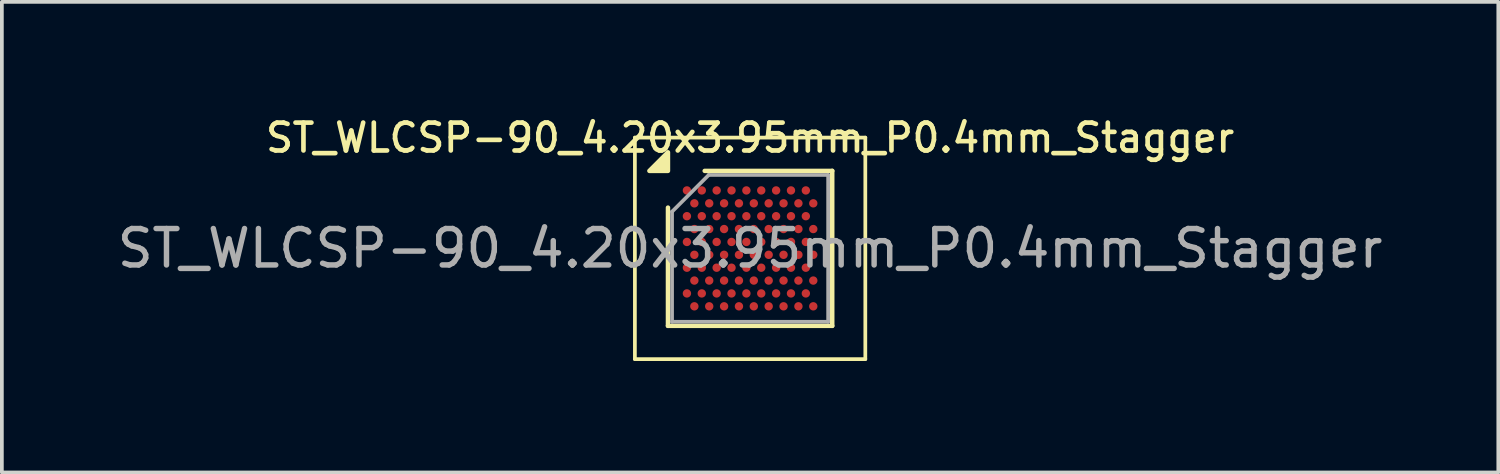
<source format=kicad_pcb>
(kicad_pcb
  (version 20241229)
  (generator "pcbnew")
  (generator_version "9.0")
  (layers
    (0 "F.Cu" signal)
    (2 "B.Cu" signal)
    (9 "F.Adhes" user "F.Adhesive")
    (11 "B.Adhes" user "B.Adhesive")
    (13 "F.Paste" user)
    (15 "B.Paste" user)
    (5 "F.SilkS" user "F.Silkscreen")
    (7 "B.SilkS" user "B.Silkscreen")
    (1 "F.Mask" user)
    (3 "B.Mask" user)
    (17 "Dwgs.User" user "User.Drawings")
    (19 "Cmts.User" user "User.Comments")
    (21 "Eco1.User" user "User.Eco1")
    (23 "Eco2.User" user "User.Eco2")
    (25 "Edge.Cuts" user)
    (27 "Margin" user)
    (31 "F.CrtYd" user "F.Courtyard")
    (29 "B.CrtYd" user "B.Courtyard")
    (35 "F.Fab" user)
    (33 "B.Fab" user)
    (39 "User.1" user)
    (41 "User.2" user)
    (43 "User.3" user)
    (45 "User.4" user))
  (footprint "ST_WLCSP-90_4.20x3.95mm_P0.4mm_Stagger"
    (layer "F.Cu")
    (at 17.133 3.633)
    (property "Reference" "ST_WLCSP-90_4.20x3.95mm_P0.4mm_Stagger" (at 0 -2.975 0) (layer "F.SilkS") (effects (font (size 0.75 0.75) (thickness 0.125))))
    (attr smd)
    (fp_line (start -3.1 -2.98) (end -3.1 2.98) (stroke (width 0.1) (type solid)) (layer "F.SilkS"))
    (fp_line (start -3.1 2.98) (end 3.1 2.98) (stroke (width 0.1) (type solid)) (layer "F.SilkS"))
    (fp_line (start -2.21 2.085) (end -2.21 -1.097) (stroke (width 0.12) (type solid)) (layer "F.SilkS"))
    (fp_line (start -1.222 -2.085) (end 2.21 -2.085) (stroke (width 0.12) (type solid)) (layer "F.SilkS"))
    (fp_line (start 2.21 -2.085) (end 2.21 2.085) (stroke (width 0.12) (type solid)) (layer "F.SilkS"))
    (fp_line (start 2.21 2.085) (end -2.21 2.085) (stroke (width 0.12) (type solid)) (layer "F.SilkS"))
    (fp_line (start 3.1 -2.98) (end -3.1 -2.98) (stroke (width 0.1) (type solid)) (layer "F.SilkS"))
    (fp_line (start 3.1 2.98) (end 3.1 -2.98) (stroke (width 0.1) (type solid)) (layer "F.SilkS"))
    (fp_poly (pts (xy -2.21 -2.085) (xy -2.71 -2.085) (xy -2.21 -2.585) (xy -2.21 -2.085)) (stroke (width 0.12) (type solid)) (fill yes) (layer "F.SilkS"))
    (fp_line (start -2.1 -0.988) (end -1.113 -1.975) (stroke (width 0.1) (type solid)) (layer "F.Fab"))
    (fp_line (start -2.1 1.975) (end -2.1 -0.988) (stroke (width 0.1) (type solid)) (layer "F.Fab"))
    (fp_line (start -1.113 -1.975) (end 2.1 -1.975) (stroke (width 0.1) (type solid)) (layer "F.Fab"))
    (fp_line (start 2.1 -1.975) (end 2.1 1.975) (stroke (width 0.1) (type solid)) (layer "F.Fab"))
    (fp_line (start 2.1 1.975) (end -2.1 1.975) (stroke (width 0.1) (type solid)) (layer "F.Fab"))
    (fp_text user "${REFERENCE}" (at 0 0 0) (layer "F.Fab") (effects (font (size 0.98 0.98) (thickness 0.147))))
    (pad "A1" smd circle (at -1.7 -1.559) (size 0.225 0.225) (property pad_prop_bga) (layers "F.Cu" "F.Mask" "F.Paste"))
    (pad "A3" smd circle (at -1.3 -1.559) (size 0.225 0.225) (property pad_prop_bga) (layers "F.Cu" "F.Mask" "F.Paste"))
    (pad "A5" smd circle (at -0.9 -1.559) (size 0.225 0.225) (property pad_prop_bga) (layers "F.Cu" "F.Mask" "F.Paste"))
    (pad "A7" smd circle (at -0.5 -1.559) (size 0.225 0.225) (property pad_prop_bga) (layers "F.Cu" "F.Mask" "F.Paste"))
    (pad "A9" smd circle (at -0.1 -1.559) (size 0.225 0.225) (property pad_prop_bga) (layers "F.Cu" "F.Mask" "F.Paste"))
    (pad "A11" smd circle (at 0.3 -1.559) (size 0.225 0.225) (property pad_prop_bga) (layers "F.Cu" "F.Mask" "F.Paste"))
    (pad "A13" smd circle (at 0.7 -1.559) (size 0.225 0.225) (property pad_prop_bga) (layers "F.Cu" "F.Mask" "F.Paste"))
    (pad "A15" smd circle (at 1.1 -1.559) (size 0.225 0.225) (property pad_prop_bga) (layers "F.Cu" "F.Mask" "F.Paste"))
    (pad "A17" smd circle (at 1.5 -1.559) (size 0.225 0.225) (property pad_prop_bga) (layers "F.Cu" "F.Mask" "F.Paste"))
    (pad "B2" smd circle (at -1.5 -1.212) (size 0.225 0.225) (property pad_prop_bga) (layers "F.Cu" "F.Mask" "F.Paste"))
    (pad "B4" smd circle (at -1.1 -1.212) (size 0.225 0.225) (property pad_prop_bga) (layers "F.Cu" "F.Mask" "F.Paste"))
    (pad "B6" smd circle (at -0.7 -1.212) (size 0.225 0.225) (property pad_prop_bga) (layers "F.Cu" "F.Mask" "F.Paste"))
    (pad "B8" smd circle (at -0.3 -1.212) (size 0.225 0.225) (property pad_prop_bga) (layers "F.Cu" "F.Mask" "F.Paste"))
    (pad "B10" smd circle (at 0.1 -1.212) (size 0.225 0.225) (property pad_prop_bga) (layers "F.Cu" "F.Mask" "F.Paste"))
    (pad "B12" smd circle (at 0.5 -1.212) (size 0.225 0.225) (property pad_prop_bga) (layers "F.Cu" "F.Mask" "F.Paste"))
    (pad "B14" smd circle (at 0.9 -1.212) (size 0.225 0.225) (property pad_prop_bga) (layers "F.Cu" "F.Mask" "F.Paste"))
    (pad "B16" smd circle (at 1.3 -1.212) (size 0.225 0.225) (property pad_prop_bga) (layers "F.Cu" "F.Mask" "F.Paste"))
    (pad "B18" smd circle (at 1.7 -1.212) (size 0.225 0.225) (property pad_prop_bga) (layers "F.Cu" "F.Mask" "F.Paste"))
    (pad "C1" smd circle (at -1.7 -0.866) (size 0.225 0.225) (property pad_prop_bga) (layers "F.Cu" "F.Mask" "F.Paste"))
    (pad "C3" smd circle (at -1.3 -0.866) (size 0.225 0.225) (property pad_prop_bga) (layers "F.Cu" "F.Mask" "F.Paste"))
    (pad "C5" smd circle (at -0.9 -0.866) (size 0.225 0.225) (property pad_prop_bga) (layers "F.Cu" "F.Mask" "F.Paste"))
    (pad "C7" smd circle (at -0.5 -0.866) (size 0.225 0.225) (property pad_prop_bga) (layers "F.Cu" "F.Mask" "F.Paste"))
    (pad "C9" smd circle (at -0.1 -0.866) (size 0.225 0.225) (property pad_prop_bga) (layers "F.Cu" "F.Mask" "F.Paste"))
    (pad "C11" smd circle (at 0.3 -0.866) (size 0.225 0.225) (property pad_prop_bga) (layers "F.Cu" "F.Mask" "F.Paste"))
    (pad "C13" smd circle (at 0.7 -0.866) (size 0.225 0.225) (property pad_prop_bga) (layers "F.Cu" "F.Mask" "F.Paste"))
    (pad "C15" smd circle (at 1.1 -0.866) (size 0.225 0.225) (property pad_prop_bga) (layers "F.Cu" "F.Mask" "F.Paste"))
    (pad "C17" smd circle (at 1.5 -0.866) (size 0.225 0.225) (property pad_prop_bga) (layers "F.Cu" "F.Mask" "F.Paste"))
    (pad "D2" smd circle (at -1.5 -0.52) (size 0.225 0.225) (property pad_prop_bga) (layers "F.Cu" "F.Mask" "F.Paste"))
    (pad "D4" smd circle (at -1.1 -0.52) (size 0.225 0.225) (property pad_prop_bga) (layers "F.Cu" "F.Mask" "F.Paste"))
    (pad "D6" smd circle (at -0.7 -0.52) (size 0.225 0.225) (property pad_prop_bga) (layers "F.Cu" "F.Mask" "F.Paste"))
    (pad "D8" smd circle (at -0.3 -0.52) (size 0.225 0.225) (property pad_prop_bga) (layers "F.Cu" "F.Mask" "F.Paste"))
    (pad "D10" smd circle (at 0.1 -0.52) (size 0.225 0.225) (property pad_prop_bga) (layers "F.Cu" "F.Mask" "F.Paste"))
    (pad "D12" smd circle (at 0.5 -0.52) (size 0.225 0.225) (property pad_prop_bga) (layers "F.Cu" "F.Mask" "F.Paste"))
    (pad "D14" smd circle (at 0.9 -0.52) (size 0.225 0.225) (property pad_prop_bga) (layers "F.Cu" "F.Mask" "F.Paste"))
    (pad "D16" smd circle (at 1.3 -0.52) (size 0.225 0.225) (property pad_prop_bga) (layers "F.Cu" "F.Mask" "F.Paste"))
    (pad "D18" smd circle (at 1.7 -0.52) (size 0.225 0.225) (property pad_prop_bga) (layers "F.Cu" "F.Mask" "F.Paste"))
    (pad "E1" smd circle (at -1.7 -0.173) (size 0.225 0.225) (property pad_prop_bga) (layers "F.Cu" "F.Mask" "F.Paste"))
    (pad "E3" smd circle (at -1.3 -0.173) (size 0.225 0.225) (property pad_prop_bga) (layers "F.Cu" "F.Mask" "F.Paste"))
    (pad "E5" smd circle (at -0.9 -0.173) (size 0.225 0.225) (property pad_prop_bga) (layers "F.Cu" "F.Mask" "F.Paste"))
    (pad "E7" smd circle (at -0.5 -0.173) (size 0.225 0.225) (property pad_prop_bga) (layers "F.Cu" "F.Mask" "F.Paste"))
    (pad "E9" smd circle (at -0.1 -0.173) (size 0.225 0.225) (property pad_prop_bga) (layers "F.Cu" "F.Mask" "F.Paste"))
    (pad "E11" smd circle (at 0.3 -0.173) (size 0.225 0.225) (property pad_prop_bga) (layers "F.Cu" "F.Mask" "F.Paste"))
    (pad "E13" smd circle (at 0.7 -0.173) (size 0.225 0.225) (property pad_prop_bga) (layers "F.Cu" "F.Mask" "F.Paste"))
    (pad "E15" smd circle (at 1.1 -0.173) (size 0.225 0.225) (property pad_prop_bga) (layers "F.Cu" "F.Mask" "F.Paste"))
    (pad "E17" smd circle (at 1.5 -0.173) (size 0.225 0.225) (property pad_prop_bga) (layers "F.Cu" "F.Mask" "F.Paste"))
    (pad "F2" smd circle (at -1.5 0.173) (size 0.225 0.225) (property pad_prop_bga) (layers "F.Cu" "F.Mask" "F.Paste"))
    (pad "F4" smd circle (at -1.1 0.173) (size 0.225 0.225) (property pad_prop_bga) (layers "F.Cu" "F.Mask" "F.Paste"))
    (pad "F6" smd circle (at -0.7 0.173) (size 0.225 0.225) (property pad_prop_bga) (layers "F.Cu" "F.Mask" "F.Paste"))
    (pad "F8" smd circle (at -0.3 0.173) (size 0.225 0.225) (property pad_prop_bga) (layers "F.Cu" "F.Mask" "F.Paste"))
    (pad "F10" smd circle (at 0.1 0.173) (size 0.225 0.225) (property pad_prop_bga) (layers "F.Cu" "F.Mask" "F.Paste"))
    (pad "F12" smd circle (at 0.5 0.173) (size 0.225 0.225) (property pad_prop_bga) (layers "F.Cu" "F.Mask" "F.Paste"))
    (pad "F14" smd circle (at 0.9 0.173) (size 0.225 0.225) (property pad_prop_bga) (layers "F.Cu" "F.Mask" "F.Paste"))
    (pad "F16" smd circle (at 1.3 0.173) (size 0.225 0.225) (property pad_prop_bga) (layers "F.Cu" "F.Mask" "F.Paste"))
    (pad "F18" smd circle (at 1.7 0.173) (size 0.225 0.225) (property pad_prop_bga) (layers "F.Cu" "F.Mask" "F.Paste"))
    (pad "G1" smd circle (at -1.7 0.52) (size 0.225 0.225) (property pad_prop_bga) (layers "F.Cu" "F.Mask" "F.Paste"))
    (pad "G3" smd circle (at -1.3 0.52) (size 0.225 0.225) (property pad_prop_bga) (layers "F.Cu" "F.Mask" "F.Paste"))
    (pad "G5" smd circle (at -0.9 0.52) (size 0.225 0.225) (property pad_prop_bga) (layers "F.Cu" "F.Mask" "F.Paste"))
    (pad "G7" smd circle (at -0.5 0.52) (size 0.225 0.225) (property pad_prop_bga) (layers "F.Cu" "F.Mask" "F.Paste"))
    (pad "G9" smd circle (at -0.1 0.52) (size 0.225 0.225) (property pad_prop_bga) (layers "F.Cu" "F.Mask" "F.Paste"))
    (pad "G11" smd circle (at 0.3 0.52) (size 0.225 0.225) (property pad_prop_bga) (layers "F.Cu" "F.Mask" "F.Paste"))
    (pad "G13" smd circle (at 0.7 0.52) (size 0.225 0.225) (property pad_prop_bga) (layers "F.Cu" "F.Mask" "F.Paste"))
    (pad "G15" smd circle (at 1.1 0.52) (size 0.225 0.225) (property pad_prop_bga) (layers "F.Cu" "F.Mask" "F.Paste"))
    (pad "G17" smd circle (at 1.5 0.52) (size 0.225 0.225) (property pad_prop_bga) (layers "F.Cu" "F.Mask" "F.Paste"))
    (pad "H2" smd circle (at -1.5 0.866) (size 0.225 0.225) (property pad_prop_bga) (layers "F.Cu" "F.Mask" "F.Paste"))
    (pad "H4" smd circle (at -1.1 0.866) (size 0.225 0.225) (property pad_prop_bga) (layers "F.Cu" "F.Mask" "F.Paste"))
    (pad "H6" smd circle (at -0.7 0.866) (size 0.225 0.225) (property pad_prop_bga) (layers "F.Cu" "F.Mask" "F.Paste"))
    (pad "H8" smd circle (at -0.3 0.866) (size 0.225 0.225) (property pad_prop_bga) (layers "F.Cu" "F.Mask" "F.Paste"))
    (pad "H10" smd circle (at 0.1 0.866) (size 0.225 0.225) (property pad_prop_bga) (layers "F.Cu" "F.Mask" "F.Paste"))
    (pad "H12" smd circle (at 0.5 0.866) (size 0.225 0.225) (property pad_prop_bga) (layers "F.Cu" "F.Mask" "F.Paste"))
    (pad "H14" smd circle (at 0.9 0.866) (size 0.225 0.225) (property pad_prop_bga) (layers "F.Cu" "F.Mask" "F.Paste"))
    (pad "H16" smd circle (at 1.3 0.866) (size 0.225 0.225) (property pad_prop_bga) (layers "F.Cu" "F.Mask" "F.Paste"))
    (pad "H18" smd circle (at 1.7 0.866) (size 0.225 0.225) (property pad_prop_bga) (layers "F.Cu" "F.Mask" "F.Paste"))
    (pad "J1" smd circle (at -1.7 1.212) (size 0.225 0.225) (property pad_prop_bga) (layers "F.Cu" "F.Mask" "F.Paste"))
    (pad "J3" smd circle (at -1.3 1.212) (size 0.225 0.225) (property pad_prop_bga) (layers "F.Cu" "F.Mask" "F.Paste"))
    (pad "J5" smd circle (at -0.9 1.212) (size 0.225 0.225) (property pad_prop_bga) (layers "F.Cu" "F.Mask" "F.Paste"))
    (pad "J7" smd circle (at -0.5 1.212) (size 0.225 0.225) (property pad_prop_bga) (layers "F.Cu" "F.Mask" "F.Paste"))
    (pad "J9" smd circle (at -0.1 1.212) (size 0.225 0.225) (property pad_prop_bga) (layers "F.Cu" "F.Mask" "F.Paste"))
    (pad "J11" smd circle (at 0.3 1.212) (size 0.225 0.225) (property pad_prop_bga) (layers "F.Cu" "F.Mask" "F.Paste"))
    (pad "J13" smd circle (at 0.7 1.212) (size 0.225 0.225) (property pad_prop_bga) (layers "F.Cu" "F.Mask" "F.Paste"))
    (pad "J15" smd circle (at 1.1 1.212) (size 0.225 0.225) (property pad_prop_bga) (layers "F.Cu" "F.Mask" "F.Paste"))
    (pad "J17" smd circle (at 1.5 1.212) (size 0.225 0.225) (property pad_prop_bga) (layers "F.Cu" "F.Mask" "F.Paste"))
    (pad "K2" smd circle (at -1.5 1.559) (size 0.225 0.225) (property pad_prop_bga) (layers "F.Cu" "F.Mask" "F.Paste"))
    (pad "K4" smd circle (at -1.1 1.559) (size 0.225 0.225) (property pad_prop_bga) (layers "F.Cu" "F.Mask" "F.Paste"))
    (pad "K6" smd circle (at -0.7 1.559) (size 0.225 0.225) (property pad_prop_bga) (layers "F.Cu" "F.Mask" "F.Paste"))
    (pad "K8" smd circle (at -0.3 1.559) (size 0.225 0.225) (property pad_prop_bga) (layers "F.Cu" "F.Mask" "F.Paste"))
    (pad "K10" smd circle (at 0.1 1.559) (size 0.225 0.225) (property pad_prop_bga) (layers "F.Cu" "F.Mask" "F.Paste"))
    (pad "K12" smd circle (at 0.5 1.559) (size 0.225 0.225) (property pad_prop_bga) (layers "F.Cu" "F.Mask" "F.Paste"))
    (pad "K14" smd circle (at 0.9 1.559) (size 0.225 0.225) (property pad_prop_bga) (layers "F.Cu" "F.Mask" "F.Paste"))
    (pad "K16" smd circle (at 1.3 1.559) (size 0.225 0.225) (property pad_prop_bga) (layers "F.Cu" "F.Mask" "F.Paste"))
    (pad "K18" smd circle (at 1.7 1.559) (size 0.225 0.225) (property pad_prop_bga) (layers "F.Cu" "F.Mask" "F.Paste")))
  (gr_rect
    (start -3 -3)
    (end 37.265 9.663)
    (stroke (width 0.1) (type default))
    (fill no)
    (layer "Edge.Cuts")))
</source>
